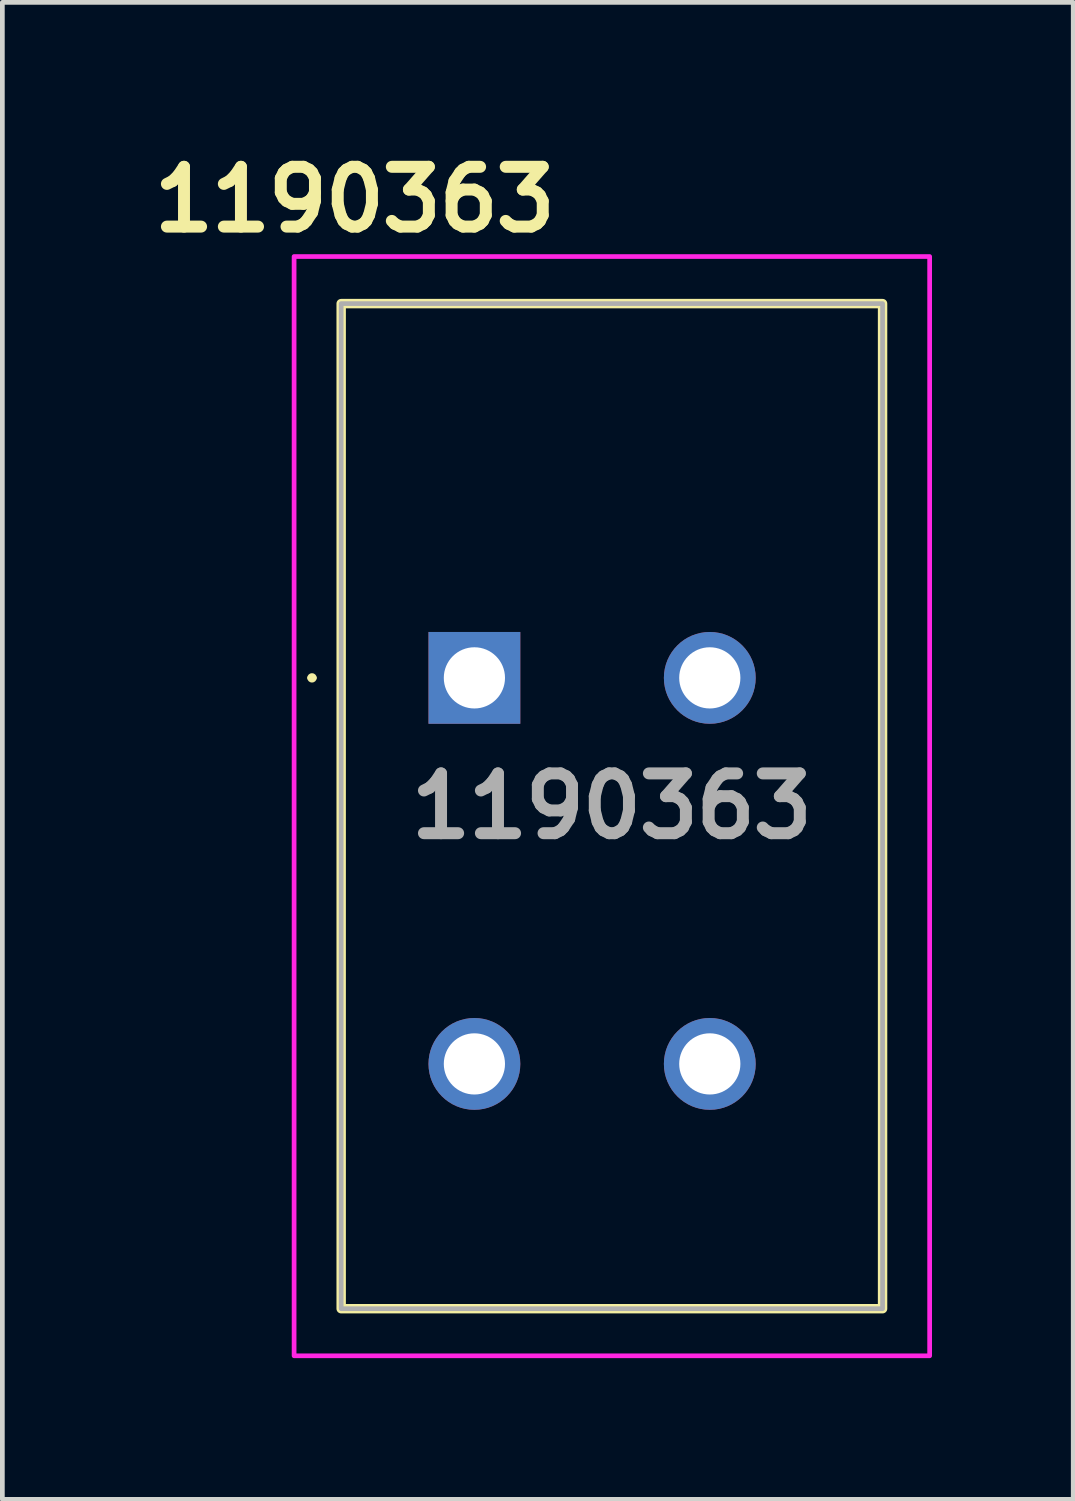
<source format=kicad_pcb>
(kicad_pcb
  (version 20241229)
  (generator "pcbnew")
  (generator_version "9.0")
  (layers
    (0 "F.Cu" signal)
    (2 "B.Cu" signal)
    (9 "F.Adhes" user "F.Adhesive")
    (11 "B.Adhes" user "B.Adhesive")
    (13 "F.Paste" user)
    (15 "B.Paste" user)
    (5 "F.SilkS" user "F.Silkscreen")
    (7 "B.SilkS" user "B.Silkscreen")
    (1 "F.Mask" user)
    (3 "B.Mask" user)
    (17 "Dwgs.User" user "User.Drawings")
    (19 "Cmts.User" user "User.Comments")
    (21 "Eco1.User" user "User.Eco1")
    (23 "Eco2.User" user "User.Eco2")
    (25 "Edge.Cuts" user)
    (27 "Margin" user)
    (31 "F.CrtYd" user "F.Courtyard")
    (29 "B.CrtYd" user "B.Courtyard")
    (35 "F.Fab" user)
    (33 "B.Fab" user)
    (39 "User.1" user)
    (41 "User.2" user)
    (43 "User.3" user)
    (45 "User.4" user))
  (footprint "1190363"
    (layer "F.Cu")
    (at 7.027 11.349)
    (property "Reference" "1190363" (at -2.54 -10.16 0) (layer "F.SilkS") (effects (font (size 1.27 1.27) (thickness 0.254))))
    (attr through_hole)
    (fp_rect (start -2.83 -7.95) (end 8.67 13.4) (stroke (width 0.2) (type solid)) (fill no) (layer "F.SilkS"))
    (fp_arc (start -3.5 0) (mid -3.45 -0.05) (end -3.4 0) (stroke (width 0.1) (type solid)) (layer "F.SilkS"))
    (fp_arc (start -3.4 0) (mid -3.45 0.05) (end -3.5 0) (stroke (width 0.1) (type solid)) (layer "F.SilkS"))
    (fp_rect (start -3.83 -8.95) (end 9.67 14.4) (stroke (width 0.1) (type solid)) (fill no) (layer "F.CrtYd"))
    (fp_rect (start -2.83 -7.95) (end 8.67 13.4) (stroke (width 0.1) (type solid)) (fill no) (layer "F.Fab"))
    (fp_text user "${REFERENCE}" (at 2.92 2.725 0) (layer "F.Fab") (effects (font (size 1.27 1.27) (thickness 0.254))))
    (pad "1" thru_hole rect (at 0 0) (size 1.95 1.95) (drill 1.3) (layers "*.Cu" "*.Mask"))
    (pad "1" thru_hole circle (at 0 8.2) (size 1.95 1.95) (drill 1.3) (layers "*.Cu" "*.Mask"))
    (pad "2" thru_hole circle (at 5 0) (size 1.95 1.95) (drill 1.3) (layers "*.Cu" "*.Mask"))
    (pad "2" thru_hole circle (at 5 8.2) (size 1.95 1.95) (drill 1.3) (layers "*.Cu" "*.Mask")))
  (gr_rect
    (start -3 -3)
    (end 19.747 28.799)
    (stroke (width 0.1) (type default))
    (fill no)
    (layer "Edge.Cuts")))
</source>
